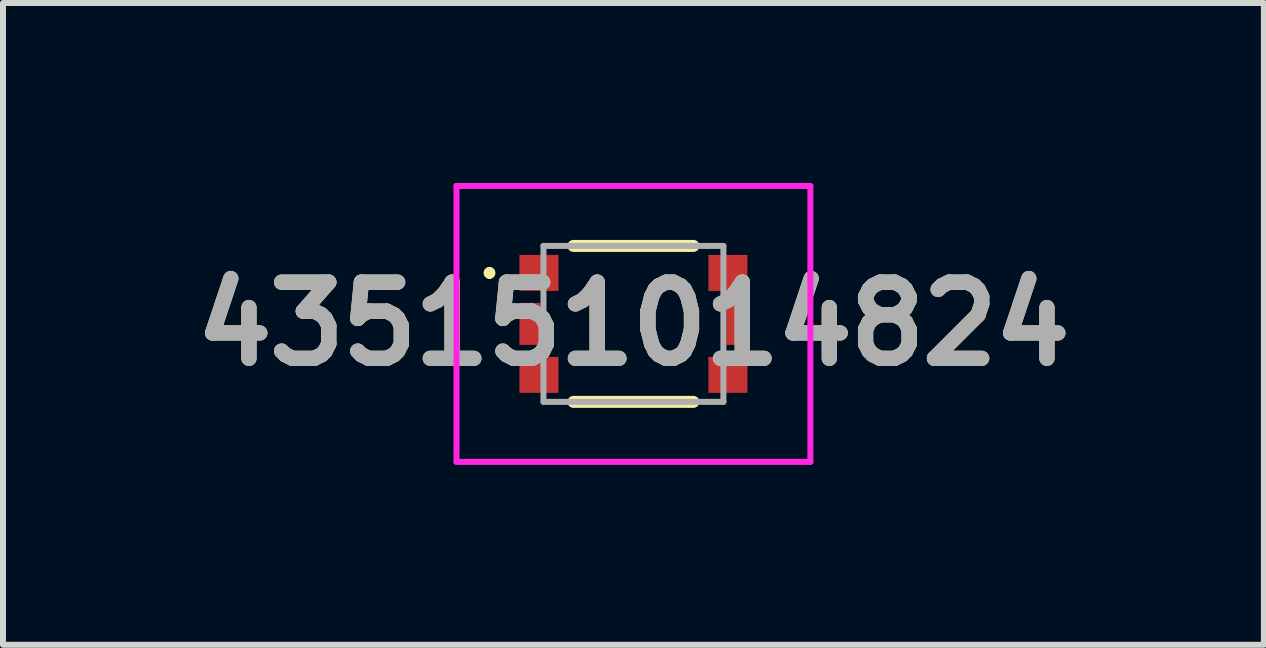
<source format=kicad_pcb>
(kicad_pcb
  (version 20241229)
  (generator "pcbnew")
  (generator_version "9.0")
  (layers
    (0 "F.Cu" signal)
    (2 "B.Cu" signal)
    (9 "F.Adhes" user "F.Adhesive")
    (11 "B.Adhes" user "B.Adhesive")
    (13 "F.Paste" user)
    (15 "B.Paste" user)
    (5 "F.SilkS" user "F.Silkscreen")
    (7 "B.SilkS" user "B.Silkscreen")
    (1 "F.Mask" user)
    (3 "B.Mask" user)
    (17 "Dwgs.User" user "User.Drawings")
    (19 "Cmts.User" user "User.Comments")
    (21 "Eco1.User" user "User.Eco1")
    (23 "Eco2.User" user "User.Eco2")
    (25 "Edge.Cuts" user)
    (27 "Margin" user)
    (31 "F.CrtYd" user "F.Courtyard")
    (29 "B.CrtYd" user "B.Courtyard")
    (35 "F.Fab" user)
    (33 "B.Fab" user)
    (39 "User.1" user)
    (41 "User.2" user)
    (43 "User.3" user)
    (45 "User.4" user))
  (footprint "435151014824"
    (layer "F.Cu")
    (at 7.511 2.35)
    (property "Reference" "435151014824" (at 0 0 0) (layer "F.SilkS") (effects (font (size 1.27 1.27) (thickness 0.254))))
    (attr smd)
    (fp_line (start -2.4 -0.9) (end -2.4 -0.9) (stroke (width 0.1) (type solid)) (layer "F.SilkS"))
    (fp_line (start -2.4 -0.8) (end -2.4 -0.8) (stroke (width 0.1) (type solid)) (layer "F.SilkS"))
    (fp_line (start -1 -1.3) (end 1 -1.3) (stroke (width 0.2) (type solid)) (layer "F.SilkS"))
    (fp_line (start -1 1.3) (end 1 1.3) (stroke (width 0.2) (type solid)) (layer "F.SilkS"))
    (fp_arc (start -2.4 -0.9) (mid -2.35 -0.85) (end -2.4 -0.8) (stroke (width 0.1) (type solid)) (layer "F.SilkS"))
    (fp_arc (start -2.4 -0.8) (mid -2.45 -0.85) (end -2.4 -0.9) (stroke (width 0.1) (type solid)) (layer "F.SilkS"))
    (fp_line (start -2.95 -2.3) (end 2.95 -2.3) (stroke (width 0.1) (type solid)) (layer "F.CrtYd"))
    (fp_line (start -2.95 2.3) (end -2.95 -2.3) (stroke (width 0.1) (type solid)) (layer "F.CrtYd"))
    (fp_line (start 2.95 -2.3) (end 2.95 2.3) (stroke (width 0.1) (type solid)) (layer "F.CrtYd"))
    (fp_line (start 2.95 2.3) (end -2.95 2.3) (stroke (width 0.1) (type solid)) (layer "F.CrtYd"))
    (fp_line (start -1.5 -1.3) (end 1.5 -1.3) (stroke (width 0.1) (type solid)) (layer "F.Fab"))
    (fp_line (start -1.5 1.3) (end -1.5 -1.3) (stroke (width 0.1) (type solid)) (layer "F.Fab"))
    (fp_line (start 1.5 -1.3) (end 1.5 1.3) (stroke (width 0.1) (type solid)) (layer "F.Fab"))
    (fp_line (start 1.5 1.3) (end -1.5 1.3) (stroke (width 0.1) (type solid)) (layer "F.Fab"))
    (fp_text user "${REFERENCE}" (at 0 0 0) (layer "F.Fab") (effects (font (size 1.27 1.27) (thickness 0.254))))
    (pad "1" smd rect (at -1.575 -0.85 90) (size 0.6 0.65) (layers "F.Cu" "F.Mask" "F.Paste"))
    (pad "2" smd rect (at 1.575 -0.85 90) (size 0.6 0.65) (layers "F.Cu" "F.Mask" "F.Paste"))
    (pad "3" smd rect (at -1.575 0.85 90) (size 0.6 0.65) (layers "F.Cu" "F.Mask" "F.Paste"))
    (pad "4" smd rect (at 1.575 0.85 90) (size 0.6 0.65) (layers "F.Cu" "F.Mask" "F.Paste"))
    (pad "5" smd rect (at -1.725 0) (size 0.35 0.7) (layers "F.Cu" "F.Mask" "F.Paste"))
    (pad "6" smd rect (at 1.725 0) (size 0.35 0.7) (layers "F.Cu" "F.Mask" "F.Paste")))
  (gr_rect
    (start -3 -3)
    (end 18.022 7.7)
    (stroke (width 0.1) (type default))
    (fill no)
    (layer "Edge.Cuts")))
</source>
